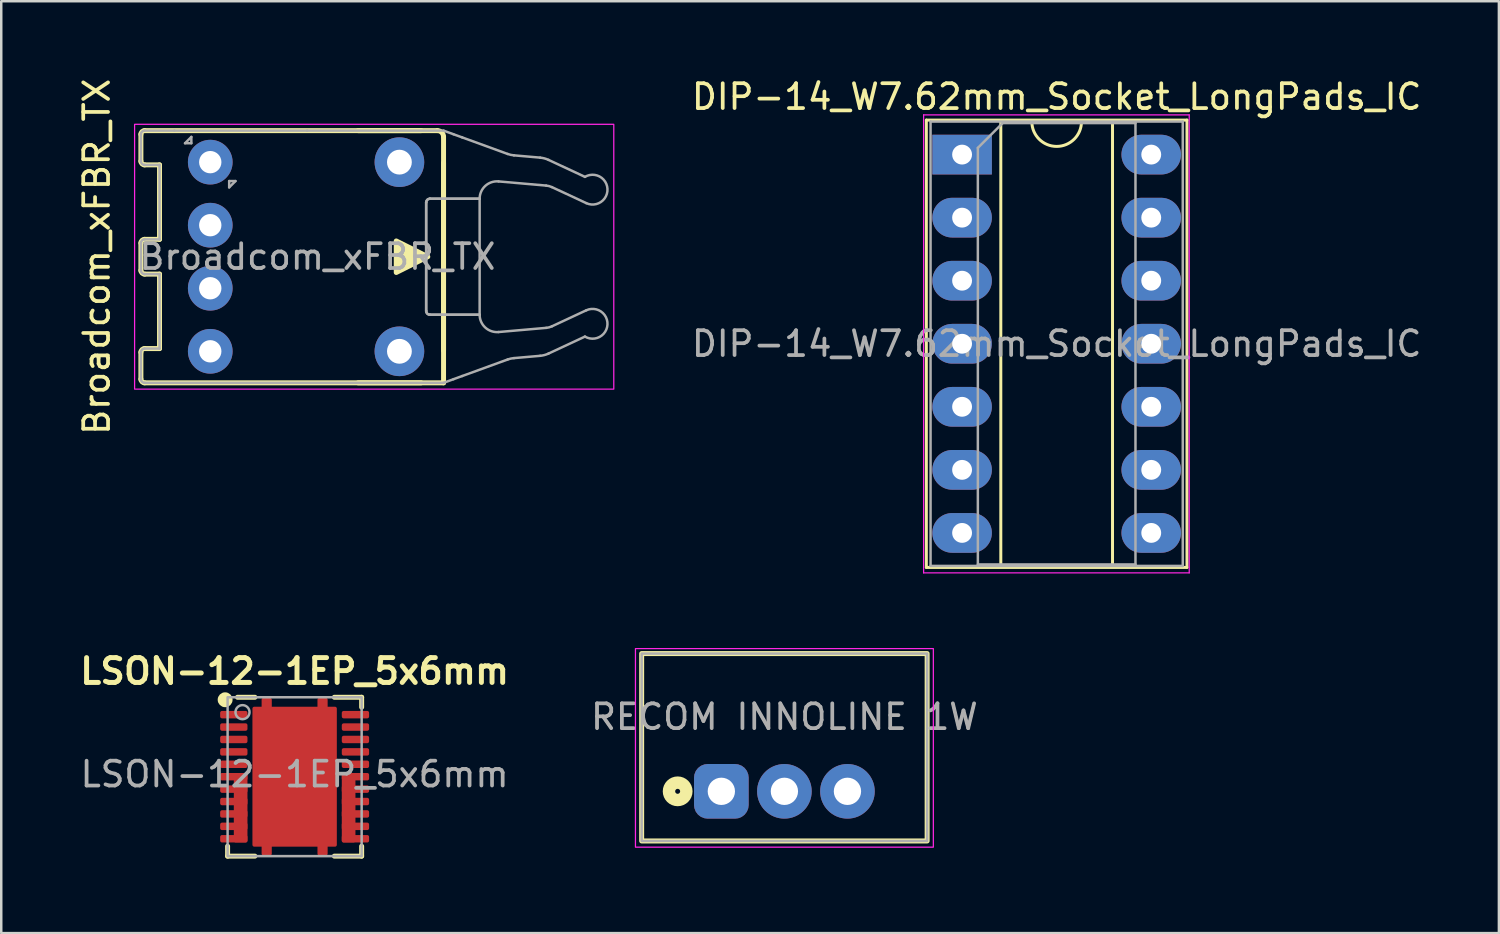
<source format=kicad_pcb>
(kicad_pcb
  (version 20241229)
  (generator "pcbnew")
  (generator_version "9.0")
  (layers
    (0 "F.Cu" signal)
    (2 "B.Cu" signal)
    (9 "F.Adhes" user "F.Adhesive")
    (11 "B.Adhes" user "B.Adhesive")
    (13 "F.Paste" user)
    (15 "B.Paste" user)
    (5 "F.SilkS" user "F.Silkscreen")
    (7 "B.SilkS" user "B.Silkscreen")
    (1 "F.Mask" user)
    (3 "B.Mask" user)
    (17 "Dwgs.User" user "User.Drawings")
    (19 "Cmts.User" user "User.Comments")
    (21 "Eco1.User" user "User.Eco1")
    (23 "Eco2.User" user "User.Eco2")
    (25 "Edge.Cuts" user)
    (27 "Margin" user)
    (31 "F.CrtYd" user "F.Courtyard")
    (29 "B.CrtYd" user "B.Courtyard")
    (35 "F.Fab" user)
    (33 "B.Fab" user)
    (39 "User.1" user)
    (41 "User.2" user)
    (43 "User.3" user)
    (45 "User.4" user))
  (footprint "Broadcom_xFBR_TX"
    (layer "F.Cu")
    (at 14.818 7.292)
    (property "Reference" "Broadcom_xFBR_TX" (at -13.97 0 270) (layer "F.SilkS") (effects (font (size 1 1) (thickness 0.15))))
    (attr through_hole)
    (fp_line (start -12.192 -4.93) (end -12.192 -3.85) (stroke (width 0.2) (type solid)) (layer "F.SilkS"))
    (fp_line (start -12.192 -0.55) (end -12.192 0.55) (stroke (width 0.2) (type solid)) (layer "F.SilkS"))
    (fp_line (start -12.192 3.85) (end -12.192 4.93) (stroke (width 0.2) (type solid)) (layer "F.SilkS"))
    (fp_line (start -12.042 -3.7) (end -11.442 -3.7) (stroke (width 0.2) (type solid)) (layer "F.SilkS"))
    (fp_line (start -12.042 0.7) (end -11.442 0.7) (stroke (width 0.2) (type solid)) (layer "F.SilkS"))
    (fp_line (start -12.042 5.08) (end 0 5.08) (stroke (width 0.2) (type solid)) (layer "F.SilkS"))
    (fp_line (start -11.442 -3.7) (end -11.442 -0.7) (stroke (width 0.2) (type solid)) (layer "F.SilkS"))
    (fp_line (start -11.442 -0.7) (end -12.042 -0.7) (stroke (width 0.2) (type solid)) (layer "F.SilkS"))
    (fp_line (start -11.442 0.7) (end -11.442 3.7) (stroke (width 0.2) (type solid)) (layer "F.SilkS"))
    (fp_line (start -11.442 3.7) (end -12.042 3.7) (stroke (width 0.2) (type solid)) (layer "F.SilkS"))
    (fp_line (start -3.444 -5.08) (end -0.9 -5.08) (stroke (width 0.2) (type solid)) (layer "F.SilkS"))
    (fp_line (start -0.9 5.08) (end -3.444 5.08) (stroke (width 0.2) (type solid)) (layer "F.SilkS"))
    (fp_line (start -0.25 -5.08) (end -12.042 -5.08) (stroke (width 0.2) (type solid)) (layer "F.SilkS"))
    (fp_line (start 0 -3.78) (end 0 3.78) (stroke (width 0.2) (type solid)) (layer "F.SilkS"))
    (fp_line (start 0 5.08) (end 0 -4.83) (stroke (width 0.2) (type solid)) (layer "F.SilkS"))
    (fp_arc (start -12.192 -4.93) (mid -12.148066 -5.036066) (end -12.042 -5.08) (stroke (width 0.2) (type solid)) (layer "F.SilkS"))
    (fp_arc (start -12.192 -0.55) (mid -12.148066 -0.656066) (end -12.042 -0.7) (stroke (width 0.2) (type solid)) (layer "F.SilkS"))
    (fp_arc (start -12.192 3.85) (mid -12.148066 3.743934) (end -12.042 3.7) (stroke (width 0.2) (type solid)) (layer "F.SilkS"))
    (fp_arc (start -12.042 -3.7) (mid -12.148066 -3.743934) (end -12.192 -3.85) (stroke (width 0.2) (type solid)) (layer "F.SilkS"))
    (fp_arc (start -12.042 0.7) (mid -12.148066 0.656066) (end -12.192 0.55) (stroke (width 0.2) (type solid)) (layer "F.SilkS"))
    (fp_arc (start -12.042 5.08) (mid -12.148066 5.036066) (end -12.192 4.93) (stroke (width 0.2) (type solid)) (layer "F.SilkS"))
    (fp_arc (start -0.25 -5.08) (mid -0.073223 -5.006777) (end 0 -4.83) (stroke (width 0.2) (type solid)) (layer "F.SilkS"))
    (fp_poly (pts (xy -1.905 -0.635) (xy -1.905 0.635) (xy -0.635 0)) (stroke (width 0.2) (type solid)) (fill yes) (layer "F.SilkS"))
    (fp_rect (start -12.446 -5.334) (end 6.858 5.334) (stroke (width 0.05) (type default)) (fill no) (layer "F.CrtYd"))
    (fp_line (start -12.192 -4.93) (end -12.192 -3.85) (stroke (width 0.1) (type solid)) (layer "F.Fab"))
    (fp_line (start -12.192 -0.55) (end -12.192 0.55) (stroke (width 0.1) (type solid)) (layer "F.Fab"))
    (fp_line (start -12.192 3.85) (end -12.192 4.93) (stroke (width 0.1) (type solid)) (layer "F.Fab"))
    (fp_line (start -12.042 -3.7) (end -11.442 -3.7) (stroke (width 0.1) (type solid)) (layer "F.Fab"))
    (fp_line (start -12.042 0.7) (end -11.442 0.7) (stroke (width 0.1) (type solid)) (layer "F.Fab"))
    (fp_line (start -12.042 5.08) (end 0 5.08) (stroke (width 0.1) (type solid)) (layer "F.Fab"))
    (fp_line (start -11.442 -3.7) (end -11.442 -0.7) (stroke (width 0.1) (type solid)) (layer "F.Fab"))
    (fp_line (start -11.442 -0.7) (end -12.042 -0.7) (stroke (width 0.1) (type solid)) (layer "F.Fab"))
    (fp_line (start -11.442 0.7) (end -11.442 3.7) (stroke (width 0.1) (type solid)) (layer "F.Fab"))
    (fp_line (start -11.442 3.7) (end -12.042 3.7) (stroke (width 0.1) (type solid)) (layer "F.Fab"))
    (fp_line (start -10.842 -5.08) (end -12.042 -5.08) (stroke (width 0.1) (type solid)) (layer "F.Fab"))
    (fp_line (start -10.414 -4.572) (end -10.16 -4.826) (stroke (width 0.1) (type default)) (layer "F.Fab"))
    (fp_line (start -10.16 -4.826) (end -10.16 -4.572) (stroke (width 0.1) (type default)) (layer "F.Fab"))
    (fp_line (start -10.16 -4.572) (end -10.414 -4.572) (stroke (width 0.1) (type default)) (layer "F.Fab"))
    (fp_line (start -8.636 -3.048) (end -8.636 -2.794) (stroke (width 0.1) (type default)) (layer "F.Fab"))
    (fp_line (start -8.636 -2.794) (end -8.382 -3.048) (stroke (width 0.1) (type default)) (layer "F.Fab"))
    (fp_line (start -8.382 -3.048) (end -8.636 -3.048) (stroke (width 0.1) (type default)) (layer "F.Fab"))
    (fp_line (start -5.494 -5.08) (end -10.842 -5.08) (stroke (width 0.1) (type solid)) (layer "F.Fab"))
    (fp_line (start -0.7 -2.187) (end -0.7 2.187) (stroke (width 0.1) (type solid)) (layer "F.Fab"))
    (fp_line (start -0.7 2.187) (end -0.7 -2.187) (stroke (width 0.1) (type solid)) (layer "F.Fab"))
    (fp_line (start -0.55 -2.337) (end 1.454 -2.337) (stroke (width 0.1) (type solid)) (layer "F.Fab"))
    (fp_line (start -0.55 2.337) (end 1.454 2.337) (stroke (width 0.1) (type solid)) (layer "F.Fab"))
    (fp_line (start 0 -5.08) (end -5.494 -5.08) (stroke (width 0.1) (type solid)) (layer "F.Fab"))
    (fp_line (start 0 5.08) (end 0.4 4.934) (stroke (width 0.1) (type solid)) (layer "F.Fab"))
    (fp_line (start 0.4 -4.934) (end 0 -5.08) (stroke (width 0.1) (type solid)) (layer "F.Fab"))
    (fp_line (start 0.4 4.934) (end 0.75 4.807) (stroke (width 0.1) (type solid)) (layer "F.Fab"))
    (fp_line (start 0.75 -4.807) (end 0.4 -4.934) (stroke (width 0.1) (type solid)) (layer "F.Fab"))
    (fp_line (start 0.75 4.807) (end 2.582 4.14) (stroke (width 0.1) (type solid)) (layer "F.Fab"))
    (fp_line (start 1.454 -2.337) (end -0.55 -2.337) (stroke (width 0.1) (type solid)) (layer "F.Fab"))
    (fp_line (start 1.454 2.337) (end -0.55 2.337) (stroke (width 0.1) (type solid)) (layer "F.Fab"))
    (fp_line (start 1.454 2.337) (end 1.454 -2.337) (stroke (width 0.1) (type solid)) (layer "F.Fab"))
    (fp_line (start 2.215 -3.034) (end 4.132 -2.866) (stroke (width 0.1) (type solid)) (layer "F.Fab"))
    (fp_line (start 2.582 -4.14) (end 0.75 -4.807) (stroke (width 0.1) (type solid)) (layer "F.Fab"))
    (fp_line (start 2.837 4.084) (end 3.891 3.992) (stroke (width 0.1) (type solid)) (layer "F.Fab"))
    (fp_line (start 3.891 -3.992) (end 2.837 -4.084) (stroke (width 0.1) (type solid)) (layer "F.Fab"))
    (fp_line (start 4.132 2.866) (end 2.215 3.034) (stroke (width 0.1) (type solid)) (layer "F.Fab"))
    (fp_line (start 4.227 3.902) (end 5.696 3.217) (stroke (width 0.1) (type solid)) (layer "F.Fab"))
    (fp_line (start 4.367 -2.803) (end 5.75 -2.158) (stroke (width 0.1) (type solid)) (layer "F.Fab"))
    (fp_line (start 5.696 -3.217) (end 4.227 -3.902) (stroke (width 0.1) (type solid)) (layer "F.Fab"))
    (fp_line (start 5.75 2.158) (end 4.367 2.803) (stroke (width 0.1) (type solid)) (layer "F.Fab"))
    (fp_arc (start -12.192 -4.93) (mid -12.148066 -5.036066) (end -12.042 -5.08) (stroke (width 0.1) (type solid)) (layer "F.Fab"))
    (fp_arc (start -12.192 -0.55) (mid -12.148066 -0.656066) (end -12.042 -0.7) (stroke (width 0.1) (type solid)) (layer "F.Fab"))
    (fp_arc (start -12.192 3.85) (mid -12.148066 3.743934) (end -12.042 3.7) (stroke (width 0.1) (type solid)) (layer "F.Fab"))
    (fp_arc (start -12.042 -3.7) (mid -12.148066 -3.743934) (end -12.192 -3.85) (stroke (width 0.1) (type solid)) (layer "F.Fab"))
    (fp_arc (start -12.042 0.7) (mid -12.148066 0.656066) (end -12.192 0.55) (stroke (width 0.1) (type solid)) (layer "F.Fab"))
    (fp_arc (start -12.042 5.08) (mid -12.148066 5.036066) (end -12.192 4.93) (stroke (width 0.1) (type solid)) (layer "F.Fab"))
    (fp_arc (start -0.7 -2.186654) (mid -0.656082 -2.29275) (end -0.55 -2.336654) (stroke (width 0.1) (type solid)) (layer "F.Fab"))
    (fp_arc (start -0.7 -2.186654) (mid -0.656082 -2.29275) (end -0.55 -2.336654) (stroke (width 0.1) (type solid)) (layer "F.Fab"))
    (fp_arc (start -0.55 2.336654) (mid -0.65605 2.292717) (end -0.7 2.186654) (stroke (width 0.1) (type solid)) (layer "F.Fab"))
    (fp_arc (start -0.55 2.336654) (mid -0.65605 2.292717) (end -0.7 2.186654) (stroke (width 0.1) (type solid)) (layer "F.Fab"))
    (fp_arc (start 1.454 -2.336654) (mid 1.681071 -2.85278) (end 2.215009 -3.03399) (stroke (width 0.1) (type solid)) (layer "F.Fab"))
    (fp_arc (start 2.215009 3.03399) (mid 1.681086 2.852748) (end 1.454 2.336654) (stroke (width 0.1) (type solid)) (layer "F.Fab"))
    (fp_arc (start 3.891156 -3.991548) (mid 4.062819 -3.961278) (end 4.226618 -3.901661) (stroke (width 0.1) (type solid)) (layer "F.Fab"))
    (fp_arc (start 4.132124 -2.866264) (mid 4.252288 -2.845074) (end 4.366948 -2.803343) (stroke (width 0.1) (type solid)) (layer "F.Fab"))
    (fp_arc (start 4.226618 3.901661) (mid 4.06282 3.961282) (end 3.891156 3.991548) (stroke (width 0.1) (type solid)) (layer "F.Fab"))
    (fp_arc (start 4.366948 2.803343) (mid 4.252289 2.845077) (end 4.132124 2.866264) (stroke (width 0.1) (type solid)) (layer "F.Fab"))
    (fp_arc (start 5.69559 -3.216668) (mid 6.603196 -2.733045) (end 5.750429 -2.158215) (stroke (width 0.1) (type solid)) (layer "F.Fab"))
    (fp_arc (start 5.750429 2.158215) (mid 6.603197 2.733045) (end 5.69559 3.216668) (stroke (width 0.1) (type solid)) (layer "F.Fab"))
    (fp_curve (pts (xy 2.582 -4.14) (xy 2.664 -4.11) (xy 2.75 -4.091) (xy 2.837 -4.084)) (stroke (width 0.1) (type solid)) (layer "F.Fab"))
    (fp_curve (pts (xy 2.837 4.084) (xy 2.75 4.091) (xy 2.664 4.11) (xy 2.582 4.14)) (stroke (width 0.1) (type solid)) (layer "F.Fab"))
    (fp_text user "${REFERENCE}" (at -5.08 0 180) (layer "F.Fab") (effects (font (size 1 1) (thickness 0.15))))
    (pad "1" thru_hole circle (at -9.398 -3.81) (size 1.8 1.8) (drill 0.9) (layers "*.Cu" "*.Mask"))
    (pad "2" thru_hole circle (at -9.398 -1.27) (size 1.8 1.8) (drill 0.9) (layers "*.Cu" "*.Mask"))
    (pad "3" thru_hole circle (at -9.398 1.27) (size 1.8 1.8) (drill 0.9) (layers "*.Cu" "*.Mask"))
    (pad "4" thru_hole circle (at -9.398 3.81) (size 1.8 1.8) (drill 0.9) (layers "*.Cu" "*.Mask"))
    (pad "5" thru_hole circle (at -1.778 3.81) (size 2 2) (drill 1) (layers "*.Cu" "*.Mask"))
    (pad "6" thru_hole circle (at -1.778 -3.81) (size 2 2) (drill 1) (layers "*.Cu" "*.Mask")))
  (footprint "DIP-14_W7.62mm_Socket_LongPads_IC"
    (layer "F.Cu")
    (at 35.707 3.178)
    (property "Reference" "DIP-14_W7.62mm_Socket_LongPads_IC" (at 3.81 -2.33 0) (layer "F.SilkS") (effects (font (size 1 1) (thickness 0.15))))
    (attr through_hole)
    (fp_line (start -1.44 -1.39) (end -1.44 16.63) (stroke (width 0.12) (type solid)) (layer "F.SilkS"))
    (fp_line (start -1.44 16.63) (end 9.06 16.63) (stroke (width 0.12) (type solid)) (layer "F.SilkS"))
    (fp_line (start 1.56 -1.33) (end 1.56 16.57) (stroke (width 0.12) (type solid)) (layer "F.SilkS"))
    (fp_line (start 1.56 16.57) (end 6.06 16.57) (stroke (width 0.12) (type solid)) (layer "F.SilkS"))
    (fp_line (start 2.81 -1.33) (end 1.56 -1.33) (stroke (width 0.12) (type solid)) (layer "F.SilkS"))
    (fp_line (start 6.06 -1.33) (end 4.81 -1.33) (stroke (width 0.12) (type solid)) (layer "F.SilkS"))
    (fp_line (start 6.06 16.57) (end 6.06 -1.33) (stroke (width 0.12) (type solid)) (layer "F.SilkS"))
    (fp_line (start 9.06 -1.39) (end -1.44 -1.39) (stroke (width 0.12) (type solid)) (layer "F.SilkS"))
    (fp_line (start 9.06 16.63) (end 9.06 -1.39) (stroke (width 0.12) (type solid)) (layer "F.SilkS"))
    (fp_arc (start 4.81 -1.33) (mid 3.81 -0.33) (end 2.81 -1.33) (stroke (width 0.12) (type solid)) (layer "F.SilkS"))
    (fp_line (start -1.55 -1.6) (end -1.55 16.85) (stroke (width 0.05) (type solid)) (layer "F.CrtYd"))
    (fp_line (start -1.55 16.85) (end 9.15 16.85) (stroke (width 0.05) (type solid)) (layer "F.CrtYd"))
    (fp_line (start 9.15 -1.6) (end -1.55 -1.6) (stroke (width 0.05) (type solid)) (layer "F.CrtYd"))
    (fp_line (start 9.15 16.85) (end 9.15 -1.6) (stroke (width 0.05) (type solid)) (layer "F.CrtYd"))
    (fp_line (start -1.27 -1.33) (end -1.27 16.57) (stroke (width 0.1) (type solid)) (layer "F.Fab"))
    (fp_line (start -1.27 16.57) (end 8.89 16.57) (stroke (width 0.1) (type solid)) (layer "F.Fab"))
    (fp_line (start 0.635 -0.27) (end 1.635 -1.27) (stroke (width 0.1) (type solid)) (layer "F.Fab"))
    (fp_line (start 0.635 16.51) (end 0.635 -0.27) (stroke (width 0.1) (type solid)) (layer "F.Fab"))
    (fp_line (start 1.635 -1.27) (end 6.985 -1.27) (stroke (width 0.1) (type solid)) (layer "F.Fab"))
    (fp_line (start 6.985 -1.27) (end 6.985 16.51) (stroke (width 0.1) (type solid)) (layer "F.Fab"))
    (fp_line (start 6.985 16.51) (end 0.635 16.51) (stroke (width 0.1) (type solid)) (layer "F.Fab"))
    (fp_line (start 8.89 -1.33) (end -1.27 -1.33) (stroke (width 0.1) (type solid)) (layer "F.Fab"))
    (fp_line (start 8.89 16.57) (end 8.89 -1.33) (stroke (width 0.1) (type solid)) (layer "F.Fab"))
    (fp_text user "${REFERENCE}" (at 3.81 7.62 0) (layer "F.Fab") (effects (font (size 1 1) (thickness 0.15))))
    (pad "1" thru_hole rect (at 0 0) (size 2.4 1.6) (drill 0.8) (layers "*.Cu" "*.Mask"))
    (pad "2" thru_hole oval (at 0 2.54) (size 2.4 1.6) (drill 0.8) (layers "*.Cu" "*.Mask"))
    (pad "3" thru_hole oval (at 0 5.08) (size 2.4 1.6) (drill 0.8) (layers "*.Cu" "*.Mask"))
    (pad "4" thru_hole oval (at 0 7.62) (size 2.4 1.6) (drill 0.8) (layers "*.Cu" "*.Mask"))
    (pad "5" thru_hole oval (at 0 10.16) (size 2.4 1.6) (drill 0.8) (layers "*.Cu" "*.Mask"))
    (pad "6" thru_hole oval (at 0 12.7) (size 2.4 1.6) (drill 0.8) (layers "*.Cu" "*.Mask"))
    (pad "7" thru_hole oval (at 0 15.24) (size 2.4 1.6) (drill 0.8) (layers "*.Cu" "*.Mask"))
    (pad "8" thru_hole oval (at 7.62 15.24) (size 2.4 1.6) (drill 0.8) (layers "*.Cu" "*.Mask"))
    (pad "9" thru_hole oval (at 7.62 12.7) (size 2.4 1.6) (drill 0.8) (layers "*.Cu" "*.Mask"))
    (pad "10" thru_hole oval (at 7.62 10.16) (size 2.4 1.6) (drill 0.8) (layers "*.Cu" "*.Mask"))
    (pad "11" thru_hole oval (at 7.62 7.62) (size 2.4 1.6) (drill 0.8) (layers "*.Cu" "*.Mask"))
    (pad "12" thru_hole oval (at 7.62 5.08) (size 2.4 1.6) (drill 0.8) (layers "*.Cu" "*.Mask"))
    (pad "13" thru_hole oval (at 7.62 2.54) (size 2.4 1.6) (drill 0.8) (layers "*.Cu" "*.Mask"))
    (pad "14" thru_hole oval (at 7.62 0) (size 2.4 1.6) (drill 0.8) (layers "*.Cu" "*.Mask")))
  (footprint "RECOM INNOLINE 1W"
    (layer "F.Cu")
    (at 28.549 28.828)
    (property "Reference" "RECOM INNOLINE 1W" (at 0 -3 0) (unlocked yes) (layer "F.SilkS") (effects (font (size 1 1) (thickness 0.1))))
    (attr through_hole)
    (fp_rect (start -5.75 -5.55) (end 5.75 2) (stroke (width 0.2) (type default)) (fill no) (layer "F.SilkS"))
    (fp_circle (center -4.3 0) (end -4.2 0) (stroke (width 0.5) (type default)) (fill no) (layer "F.SilkS"))
    (fp_rect (start -6 -5.75) (end 6 2.25) (stroke (width 0.05) (type default)) (fill no) (layer "F.CrtYd"))
    (fp_rect (start -5.75 -5.55) (end 5.75 2) (stroke (width 0.1) (type default)) (fill no) (layer "F.Fab"))
    (fp_text user "${REFERENCE}" (at 0 -3 0) (unlocked yes) (layer "F.Fab") (effects (font (size 1 1) (thickness 0.15))))
    (pad "1" thru_hole roundrect (at -2.54 0) (size 2.2 2.2) (drill 1.1) (layers "*.Cu" "*.Mask") (roundrect_rratio 0.25))
    (pad "2" thru_hole circle (at 0 0) (size 2.2 2.2) (drill 1.1) (layers "*.Cu" "*.Mask"))
    (pad "3" thru_hole circle (at 2.54 0) (size 2.2 2.2) (drill 1.1) (layers "*.Cu" "*.Mask")))
  (footprint "LSON-12-1EP_5x6mm"
    (layer "F.Cu")
    (at 8.819 28.239)
    (property "Reference" "LSON-12-1EP_5x6mm" (at 0 -4.25 0) (unlocked yes) (layer "F.SilkS") (effects (font (size 1 1) (thickness 0.2) (bold yes))))
    (attr smd)
    (fp_line (start -2.7 2.8) (end -2.7 3.2) (stroke (width 0.2) (type default)) (layer "F.SilkS"))
    (fp_line (start -2.7 3.2) (end -1.6 3.2) (stroke (width 0.2) (type default)) (layer "F.SilkS"))
    (fp_line (start -2.3 -3.2) (end -1.6 -3.2) (stroke (width 0.2) (type default)) (layer "F.SilkS"))
    (fp_line (start 1.6 3.2) (end 2.7 3.2) (stroke (width 0.2) (type default)) (layer "F.SilkS"))
    (fp_line (start 2.7 -3.2) (end 1.6 -3.2) (stroke (width 0.2) (type default)) (layer "F.SilkS"))
    (fp_line (start 2.7 -2.8) (end 2.7 -3.2) (stroke (width 0.2) (type default)) (layer "F.SilkS"))
    (fp_line (start 2.7 3.2) (end 2.7 2.8) (stroke (width 0.2) (type default)) (layer "F.SilkS"))
    (fp_circle (center -2.8 -3.1) (end -2.65 -3.1) (stroke (width 0.3) (type default)) (fill no) (layer "F.SilkS"))
    (fp_rect (start -2.7 -3.2) (end 2.7 3.2) (stroke (width 0.1) (type default)) (fill no) (layer "F.Fab"))
    (fp_circle (center -2.1 -2.6) (end -2.3 -2.8) (stroke (width 0.1) (type default)) (fill no) (layer "F.Fab"))
    (fp_text user "${REFERENCE}" (at 0 -0.1 0) (unlocked yes) (layer "F.Fab") (effects (font (size 1 1) (thickness 0.15))))
    (pad "1" smd roundrect (at -2.45 -2.5) (size 1.1 0.3) (layers "F.Cu" "F.Mask" "F.Paste") (roundrect_rratio 0.25))
    (pad "2" smd roundrect (at -2.45 -2) (size 1.1 0.3) (layers "F.Cu" "F.Mask" "F.Paste") (roundrect_rratio 0.25))
    (pad "3" smd roundrect (at -2.45 -1.5) (size 1.1 0.3) (layers "F.Cu" "F.Mask" "F.Paste") (roundrect_rratio 0.25))
    (pad "4" smd roundrect (at -2.45 -1) (size 1.1 0.3) (layers "F.Cu" "F.Mask" "F.Paste") (roundrect_rratio 0.25))
    (pad "5" smd roundrect (at -2.45 -0.5) (size 1.1 0.3) (layers "F.Cu" "F.Mask" "F.Paste") (roundrect_rratio 0.25))
    (pad "6" smd roundrect (at -2.45 0) (size 1.1 0.3) (layers "F.Cu" "F.Mask" "F.Paste") (roundrect_rratio 0.25))
    (pad "6" smd roundrect (at -2.45 0.5) (size 1.1 0.3) (layers "F.Cu" "F.Mask" "F.Paste") (roundrect_rratio 0.25))
    (pad "6" smd roundrect (at -2.45 1) (size 1.1 0.3) (layers "F.Cu" "F.Mask" "F.Paste") (roundrect_rratio 0.25))
    (pad "6" smd roundrect (at -2.45 1.5) (size 1.1 0.3) (layers "F.Cu" "F.Mask" "F.Paste") (roundrect_rratio 0.25))
    (pad "6" smd roundrect (at -2.45 2) (size 1.1 0.3) (layers "F.Cu" "F.Mask" "F.Paste") (roundrect_rratio 0.25))
    (pad "6" smd roundrect (at -2.45 2.5) (size 1.1 0.3) (layers "F.Cu" "F.Mask" "F.Paste") (roundrect_rratio 0.25))
    (pad "6" smd roundrect (at -2.175 1.25 90) (size 2.8 0.55) (layers "F.Cu" "F.Mask" "F.Paste") (roundrect_rratio 0.136))
    (pad "7" smd roundrect (at 2.175 1.25 90) (size 2.8 0.55) (layers "F.Cu" "F.Mask" "F.Paste") (roundrect_rratio 0.136))
    (pad "7" smd roundrect (at 2.45 0) (size 1.1 0.3) (layers "F.Cu" "F.Mask" "F.Paste") (roundrect_rratio 0.25))
    (pad "7" smd roundrect (at 2.45 0.5) (size 1.1 0.3) (layers "F.Cu" "F.Mask" "F.Paste") (roundrect_rratio 0.25))
    (pad "7" smd roundrect (at 2.45 1) (size 1.1 0.3) (layers "F.Cu" "F.Mask" "F.Paste") (roundrect_rratio 0.25))
    (pad "7" smd roundrect (at 2.45 1.5) (size 1.1 0.3) (layers "F.Cu" "F.Mask" "F.Paste") (roundrect_rratio 0.25))
    (pad "7" smd roundrect (at 2.45 2) (size 1.1 0.3) (layers "F.Cu" "F.Mask" "F.Paste") (roundrect_rratio 0.25))
    (pad "7" smd roundrect (at 2.45 2.5) (size 1.1 0.3) (layers "F.Cu" "F.Mask" "F.Paste") (roundrect_rratio 0.25))
    (pad "8" smd roundrect (at 2.45 -0.5) (size 1.1 0.3) (layers "F.Cu" "F.Mask" "F.Paste") (roundrect_rratio 0.25))
    (pad "9" smd roundrect (at 2.45 -1) (size 1.1 0.3) (layers "F.Cu" "F.Mask" "F.Paste") (roundrect_rratio 0.25))
    (pad "10" smd roundrect (at 2.45 -1.5) (size 1.1 0.3) (layers "F.Cu" "F.Mask" "F.Paste") (roundrect_rratio 0.25))
    (pad "11" smd roundrect (at 2.45 -2) (size 1.1 0.3) (layers "F.Cu" "F.Mask" "F.Paste") (roundrect_rratio 0.25))
    (pad "12" smd roundrect (at 2.45 -2.5) (size 1.1 0.3) (layers "F.Cu" "F.Mask" "F.Paste") (roundrect_rratio 0.25))
    (pad "13" smd roundrect (at -1.125 0 90) (size 6.35 0.41) (layers "F.Cu" "F.Mask" "F.Paste") (roundrect_rratio 0.183))
    (pad "13" smd roundrect (at 0 0 90) (size 5.639 3.4) (layers "F.Cu" "F.Mask" "F.Paste") (roundrect_rratio 0.022))
    (pad "13" smd roundrect (at 1.125 0 90) (size 6.35 0.41) (layers "F.Cu" "F.Mask" "F.Paste") (roundrect_rratio 0.183)))
  (gr_rect
    (start -3 -3)
    (end 57.332 34.539)
    (stroke (width 0.1) (type default))
    (fill no)
    (layer "Edge.Cuts")))
</source>
